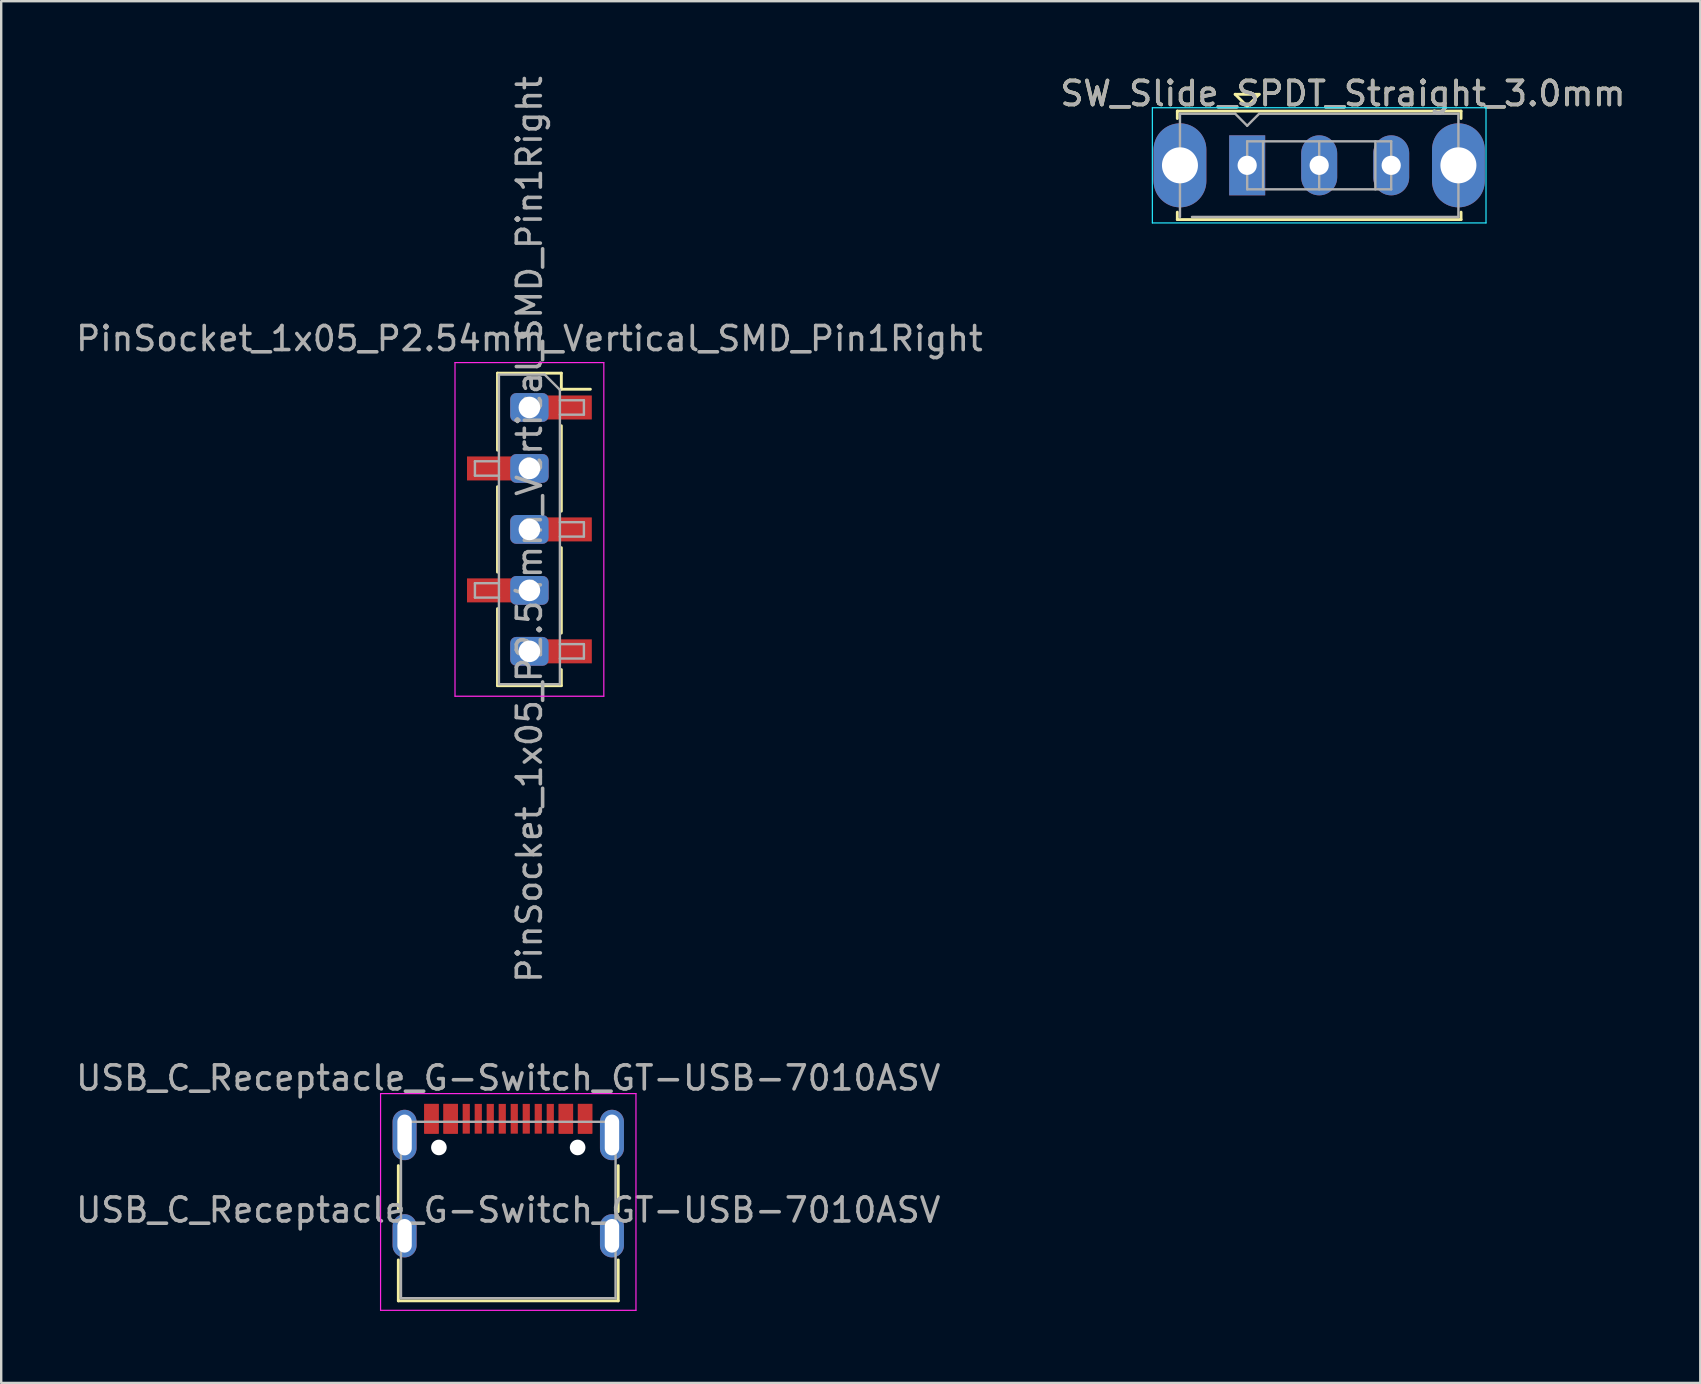
<source format=kicad_pcb>
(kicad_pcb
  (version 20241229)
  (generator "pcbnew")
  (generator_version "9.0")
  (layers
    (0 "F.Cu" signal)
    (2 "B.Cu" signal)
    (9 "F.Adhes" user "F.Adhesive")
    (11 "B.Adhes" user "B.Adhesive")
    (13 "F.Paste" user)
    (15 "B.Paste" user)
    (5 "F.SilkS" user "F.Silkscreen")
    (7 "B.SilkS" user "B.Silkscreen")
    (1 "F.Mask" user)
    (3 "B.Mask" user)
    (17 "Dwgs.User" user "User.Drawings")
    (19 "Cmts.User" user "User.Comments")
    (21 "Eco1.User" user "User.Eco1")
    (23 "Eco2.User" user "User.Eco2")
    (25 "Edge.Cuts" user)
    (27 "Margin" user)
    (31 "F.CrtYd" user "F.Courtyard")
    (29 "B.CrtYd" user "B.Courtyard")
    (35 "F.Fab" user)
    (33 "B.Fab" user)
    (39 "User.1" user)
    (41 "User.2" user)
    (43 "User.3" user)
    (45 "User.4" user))
  (footprint "SW_Slide_SPDT_Straight_3.0mm"
    (layer "F.Cu")
    (at 48.909 3.838)
    (property "Reference" "SW_Slide_SPDT_Straight_3.0mm" (at 3.99 -2.99 0) (layer "F.SilkS") (effects (font (size 1 1) (thickness 0.15))))
    (attr through_hole)
    (fp_line (start -2.91 -2.26) (end 8.91 -2.26) (stroke (width 0.12) (type solid)) (layer "F.SilkS"))
    (fp_line (start -2.91 -1.95) (end -2.91 -2.26) (stroke (width 0.12) (type solid)) (layer "F.SilkS"))
    (fp_line (start -2.91 2.26) (end -2.91 1.95) (stroke (width 0.12) (type solid)) (layer "F.SilkS"))
    (fp_line (start -0.5 -2.96) (end 0 -2.46) (stroke (width 0.12) (type solid)) (layer "F.SilkS"))
    (fp_line (start 0 -2.46) (end 0.5 -2.96) (stroke (width 0.12) (type solid)) (layer "F.SilkS"))
    (fp_line (start 0.5 -2.96) (end -0.5 -2.96) (stroke (width 0.12) (type solid)) (layer "F.SilkS"))
    (fp_line (start 8.91 -2.26) (end 8.91 -1.95) (stroke (width 0.12) (type solid)) (layer "F.SilkS"))
    (fp_line (start 8.91 2.26) (end -2.91 2.26) (stroke (width 0.12) (type solid)) (layer "F.SilkS"))
    (fp_line (start 8.91 2.26) (end 8.91 1.95) (stroke (width 0.12) (type solid)) (layer "F.SilkS"))
    (fp_line (start -3.95 -2.4) (end 9.95 -2.4) (stroke (width 0.05) (type solid)) (layer "B.CrtYd"))
    (fp_line (start -3.95 2.4) (end -3.95 -2.4) (stroke (width 0.05) (type solid)) (layer "B.CrtYd"))
    (fp_line (start 9.95 -2.4) (end 9.95 2.4) (stroke (width 0.05) (type solid)) (layer "B.CrtYd"))
    (fp_line (start 9.95 2.4) (end -3.95 2.4) (stroke (width 0.05) (type solid)) (layer "B.CrtYd"))
    (fp_line (start -2.8 -2.15) (end -0.5 -2.15) (stroke (width 0.1) (type solid)) (layer "F.Fab"))
    (fp_line (start -2.8 2.15) (end -2.8 -2.15) (stroke (width 0.1) (type solid)) (layer "F.Fab"))
    (fp_line (start -0.5 -2.15) (end 0 -1.65) (stroke (width 0.1) (type solid)) (layer "F.Fab"))
    (fp_line (start 0 -1.65) (end 0.5 -2.15) (stroke (width 0.1) (type solid)) (layer "F.Fab"))
    (fp_line (start 0 -1) (end 0 1) (stroke (width 0.1) (type solid)) (layer "F.Fab"))
    (fp_line (start 0 -1) (end 6 -1) (stroke (width 0.1) (type solid)) (layer "F.Fab"))
    (fp_line (start 0 1) (end 6 1) (stroke (width 0.1) (type solid)) (layer "F.Fab"))
    (fp_line (start 0.5 -2.15) (end 8.8 -2.15) (stroke (width 0.1) (type solid)) (layer "F.Fab"))
    (fp_line (start 0.66 -1) (end 0.66 1) (stroke (width 0.1) (type solid)) (layer "F.Fab"))
    (fp_line (start 3 -1) (end 3 1) (stroke (width 0.1) (type solid)) (layer "F.Fab"))
    (fp_line (start 5.34 -1) (end 5.34 1) (stroke (width 0.1) (type solid)) (layer "F.Fab"))
    (fp_line (start 6 -1) (end 6 1) (stroke (width 0.1) (type solid)) (layer "F.Fab"))
    (fp_line (start 8.8 -2.15) (end 8.8 2.15) (stroke (width 0.1) (type solid)) (layer "F.Fab"))
    (fp_line (start 8.8 2.15) (end -2.3 2.15) (stroke (width 0.1) (type solid)) (layer "F.Fab"))
    (fp_text user "${REFERENCE}" (at 3.99 -2.99 0) (layer "F.Fab") (effects (font (size 1 1) (thickness 0.15))))
    (pad "" thru_hole oval (at -2.8 0) (size 2.2 3.5) (drill 1.5) (layers "*.Cu" "*.Mask"))
    (pad "" thru_hole oval (at 8.8 0) (size 2.2 3.5) (drill 1.5) (layers "*.Cu" "*.Mask"))
    (pad "1" thru_hole rect (at 0 0) (size 1.5 2.5) (drill 0.8) (layers "*.Cu" "*.Mask"))
    (pad "2" thru_hole oval (at 3 0) (size 1.5 2.5) (drill 0.8) (layers "*.Cu" "*.Mask"))
    (pad "3" thru_hole oval (at 6 0) (size 1.5 2.5) (drill 0.8) (layers "*.Cu" "*.Mask")))
  (footprint "PinSocket_1x05_P2.54mm_Vertical_SMD_Pin1Right"
    (layer "F.Cu")
    (at 19.006 19.006)
    (property "Reference" "PinSocket_1x05_P2.54mm_Vertical_SMD_Pin1Right" (at 0 -7.95 180) (layer "F.Fab") (effects (font (size 1 1) (thickness 0.15))))
    (attr smd)
    (fp_line (start -1.33 -6.51) (end -1.33 -3.3) (stroke (width 0.12) (type solid)) (layer "F.SilkS"))
    (fp_line (start -1.33 -6.51) (end 1.33 -6.51) (stroke (width 0.12) (type solid)) (layer "F.SilkS"))
    (fp_line (start -1.33 -1.78) (end -1.33 1.78) (stroke (width 0.12) (type solid)) (layer "F.SilkS"))
    (fp_line (start -1.33 3.3) (end -1.33 6.51) (stroke (width 0.12) (type solid)) (layer "F.SilkS"))
    (fp_line (start -1.33 6.51) (end 1.33 6.51) (stroke (width 0.12) (type solid)) (layer "F.SilkS"))
    (fp_line (start 1.33 -6.51) (end 1.33 -5.84) (stroke (width 0.12) (type solid)) (layer "F.SilkS"))
    (fp_line (start 1.33 -5.84) (end 2.54 -5.84) (stroke (width 0.12) (type solid)) (layer "F.SilkS"))
    (fp_line (start 1.33 -4.32) (end 1.33 -0.76) (stroke (width 0.12) (type solid)) (layer "F.SilkS"))
    (fp_line (start 1.33 0.76) (end 1.33 4.32) (stroke (width 0.12) (type solid)) (layer "F.SilkS"))
    (fp_line (start 1.33 5.84) (end 1.33 6.51) (stroke (width 0.12) (type solid)) (layer "F.SilkS"))
    (fp_line (start -3.1 -6.95) (end 3.1 -6.95) (stroke (width 0.05) (type solid)) (layer "F.CrtYd"))
    (fp_line (start -3.1 6.95) (end -3.1 -6.95) (stroke (width 0.05) (type solid)) (layer "F.CrtYd"))
    (fp_line (start 3.1 -6.95) (end 3.1 6.95) (stroke (width 0.05) (type solid)) (layer "F.CrtYd"))
    (fp_line (start 3.1 6.95) (end -3.1 6.95) (stroke (width 0.05) (type solid)) (layer "F.CrtYd"))
    (fp_line (start -2.27 -2.84) (end -1.27 -2.84) (stroke (width 0.1) (type solid)) (layer "F.Fab"))
    (fp_line (start -2.27 -2.24) (end -2.27 -2.84) (stroke (width 0.1) (type solid)) (layer "F.Fab"))
    (fp_line (start -2.27 2.24) (end -1.27 2.24) (stroke (width 0.1) (type solid)) (layer "F.Fab"))
    (fp_line (start -2.27 2.84) (end -2.27 2.24) (stroke (width 0.1) (type solid)) (layer "F.Fab"))
    (fp_line (start -1.27 -6.45) (end 0.635 -6.45) (stroke (width 0.1) (type solid)) (layer "F.Fab"))
    (fp_line (start -1.27 -2.24) (end -2.27 -2.24) (stroke (width 0.1) (type solid)) (layer "F.Fab"))
    (fp_line (start -1.27 2.84) (end -2.27 2.84) (stroke (width 0.1) (type solid)) (layer "F.Fab"))
    (fp_line (start -1.27 6.45) (end -1.27 -6.45) (stroke (width 0.1) (type solid)) (layer "F.Fab"))
    (fp_line (start 0.635 -6.45) (end 1.27 -5.815) (stroke (width 0.1) (type solid)) (layer "F.Fab"))
    (fp_line (start 1.27 -5.815) (end 1.27 6.45) (stroke (width 0.1) (type solid)) (layer "F.Fab"))
    (fp_line (start 1.27 -5.38) (end 2.27 -5.38) (stroke (width 0.1) (type solid)) (layer "F.Fab"))
    (fp_line (start 1.27 -0.3) (end 2.27 -0.3) (stroke (width 0.1) (type solid)) (layer "F.Fab"))
    (fp_line (start 1.27 4.78) (end 2.27 4.78) (stroke (width 0.1) (type solid)) (layer "F.Fab"))
    (fp_line (start 1.27 6.45) (end -1.27 6.45) (stroke (width 0.1) (type solid)) (layer "F.Fab"))
    (fp_line (start 2.27 -5.38) (end 2.27 -4.78) (stroke (width 0.1) (type solid)) (layer "F.Fab"))
    (fp_line (start 2.27 -4.78) (end 1.27 -4.78) (stroke (width 0.1) (type solid)) (layer "F.Fab"))
    (fp_line (start 2.27 -0.3) (end 2.27 0.3) (stroke (width 0.1) (type solid)) (layer "F.Fab"))
    (fp_line (start 2.27 0.3) (end 1.27 0.3) (stroke (width 0.1) (type solid)) (layer "F.Fab"))
    (fp_line (start 2.27 4.78) (end 2.27 5.38) (stroke (width 0.1) (type solid)) (layer "F.Fab"))
    (fp_line (start 2.27 5.38) (end 1.27 5.38) (stroke (width 0.1) (type solid)) (layer "F.Fab"))
    (fp_text user "${REFERENCE}" (at 0 0 270) (layer "F.Fab") (effects (font (size 1 1) (thickness 0.15))))
    (pad "1" thru_hole roundrect (at 0 -5.08) (size 1.6 1.2) (drill 0.9) (layers "*.Cu" "*.Mask") (roundrect_rratio 0.208))
    (pad "1" smd rect (at 1.65 -5.08) (size 1.9 1) (layers "F.Cu" "F.Mask" "F.Paste"))
    (pad "2" smd rect (at -1.65 -2.54) (size 1.9 1) (layers "F.Cu" "F.Mask" "F.Paste"))
    (pad "2" thru_hole roundrect (at 0 -2.54) (size 1.6 1.2) (drill 0.9) (layers "*.Cu" "*.Mask") (roundrect_rratio 0.208))
    (pad "3" thru_hole roundrect (at 0 0) (size 1.6 1.2) (drill 0.9) (layers "*.Cu" "*.Mask") (roundrect_rratio 0.208))
    (pad "3" smd rect (at 1.65 0) (size 1.9 1) (layers "F.Cu" "F.Mask" "F.Paste"))
    (pad "4" smd rect (at -1.65 2.54) (size 1.9 1) (layers "F.Cu" "F.Mask" "F.Paste"))
    (pad "4" thru_hole roundrect (at 0 2.54) (size 1.6 1.2) (drill 0.9) (layers "*.Cu" "*.Mask") (roundrect_rratio 0.208))
    (pad "5" thru_hole roundrect (at 0 5.08) (size 1.6 1.2) (drill 0.9) (layers "*.Cu" "*.Mask") (roundrect_rratio 0.208))
    (pad "5" smd rect (at 1.65 5.08) (size 1.9 1) (layers "F.Cu" "F.Mask" "F.Paste")))
  (footprint "USB_C_Receptacle_G-Switch_GT-USB-7010ASV"
    (layer "F.Cu")
    (at 18.125 47.36)
    (property "Reference" "USB_C_Receptacle_G-Switch_GT-USB-7010ASV" (at 0 -5.5 0) (layer "F.Fab") (effects (font (size 1 1) (thickness 0.15))))
    (attr smd)
    (fp_line (start -4.58 -1.85) (end -4.58 0.07) (stroke (width 0.12) (type solid)) (layer "F.SilkS"))
    (fp_line (start -4.58 3.785) (end -4.58 2.08) (stroke (width 0.12) (type solid)) (layer "F.SilkS"))
    (fp_line (start 4.58 0.07) (end 4.58 -1.85) (stroke (width 0.12) (type solid)) (layer "F.SilkS"))
    (fp_line (start 4.58 2.08) (end 4.58 3.785) (stroke (width 0.12) (type solid)) (layer "F.SilkS"))
    (fp_line (start 4.58 3.785) (end -4.58 3.785) (stroke (width 0.12) (type solid)) (layer "F.SilkS"))
    (fp_line (start -5.32 -4.85) (end 5.32 -4.85) (stroke (width 0.05) (type solid)) (layer "F.CrtYd"))
    (fp_line (start -5.32 4.18) (end -5.32 -4.85) (stroke (width 0.05) (type solid)) (layer "F.CrtYd"))
    (fp_line (start 5.32 -4.85) (end 5.32 4.18) (stroke (width 0.05) (type solid)) (layer "F.CrtYd"))
    (fp_line (start 5.32 4.18) (end -5.32 4.18) (stroke (width 0.05) (type solid)) (layer "F.CrtYd"))
    (fp_line (start -4.47 -3.675) (end -4.47 3.675) (stroke (width 0.1) (type solid)) (layer "F.Fab"))
    (fp_line (start -4.47 -3.675) (end 4.47 -3.675) (stroke (width 0.1) (type solid)) (layer "F.Fab"))
    (fp_line (start -4.47 3.675) (end 4.47 3.675) (stroke (width 0.1) (type solid)) (layer "F.Fab"))
    (fp_line (start 4.47 3.675) (end 4.47 -3.675) (stroke (width 0.1) (type solid)) (layer "F.Fab"))
    (fp_text user "${REFERENCE}" (at 0 0 0) (layer "F.Fab") (effects (font (size 1 1) (thickness 0.15))))
    (pad "" np_thru_hole circle (at -2.89 -2.605) (size 0.65 0.65) (drill 0.65) (layers "*.Cu" "*.Mask"))
    (pad "" np_thru_hole circle (at 2.89 -2.605) (size 0.65 0.65) (drill 0.65) (layers "*.Cu" "*.Mask"))
    (pad "A1" smd rect (at -3.2 -3.8) (size 0.6 1.24) (layers "F.Cu" "F.Mask" "F.Paste"))
    (pad "A4" smd rect (at -2.4 -3.8) (size 0.6 1.24) (layers "F.Cu" "F.Mask" "F.Paste"))
    (pad "A5" smd rect (at -1.25 -3.8) (size 0.3 1.24) (layers "F.Cu" "F.Mask" "F.Paste"))
    (pad "A6" smd rect (at -0.25 -3.8) (size 0.3 1.24) (layers "F.Cu" "F.Mask" "F.Paste"))
    (pad "A7" smd rect (at 0.25 -3.8) (size 0.3 1.24) (layers "F.Cu" "F.Mask" "F.Paste"))
    (pad "A8" smd rect (at 1.25 -3.8) (size 0.3 1.24) (layers "F.Cu" "F.Mask" "F.Paste"))
    (pad "A9" smd rect (at 2.4 -3.8) (size 0.6 1.24) (layers "F.Cu" "F.Mask" "F.Paste"))
    (pad "A12" smd rect (at 3.2 -3.8) (size 0.6 1.24) (layers "F.Cu" "F.Mask" "F.Paste"))
    (pad "B1" smd rect (at 3.2 -3.8) (size 0.6 1.24) (layers "F.Cu" "F.Mask" "F.Paste"))
    (pad "B4" smd rect (at 2.4 -3.8) (size 0.6 1.24) (layers "F.Cu" "F.Mask" "F.Paste"))
    (pad "B5" smd rect (at 1.75 -3.8) (size 0.3 1.24) (layers "F.Cu" "F.Mask" "F.Paste"))
    (pad "B6" smd rect (at 0.75 -3.8) (size 0.3 1.24) (layers "F.Cu" "F.Mask" "F.Paste"))
    (pad "B7" smd rect (at -0.75 -3.8) (size 0.3 1.24) (layers "F.Cu" "F.Mask" "F.Paste"))
    (pad "B8" smd rect (at -1.75 -3.8) (size 0.3 1.24) (layers "F.Cu" "F.Mask" "F.Paste"))
    (pad "B9" smd rect (at -2.4 -3.8) (size 0.6 1.24) (layers "F.Cu" "F.Mask" "F.Paste"))
    (pad "B12" smd rect (at -3.2 -3.8) (size 0.6 1.24) (layers "F.Cu" "F.Mask" "F.Paste"))
    (pad "S1" thru_hole oval (at -4.32 -3.125) (size 1 2.1) (drill oval 0.6 1.7) (layers "*.Cu" "*.Mask" "F.Paste"))
    (pad "S1" thru_hole oval (at -4.32 1.075) (size 1 1.8) (drill oval 0.6 1.4) (layers "*.Cu" "*.Mask" "F.Paste"))
    (pad "S1" thru_hole oval (at 4.32 -3.125) (size 1 2.1) (drill oval 0.6 1.7) (layers "*.Cu" "*.Mask" "F.Paste"))
    (pad "S1" thru_hole oval (at 4.32 1.075) (size 1 1.8) (drill oval 0.6 1.4) (layers "*.Cu" "*.Mask" "F.Paste")))
  (gr_rect
    (start -3 -3)
    (end 67.786 54.565)
    (stroke (width 0.1) (type default))
    (fill no)
    (layer "Edge.Cuts")))
</source>
